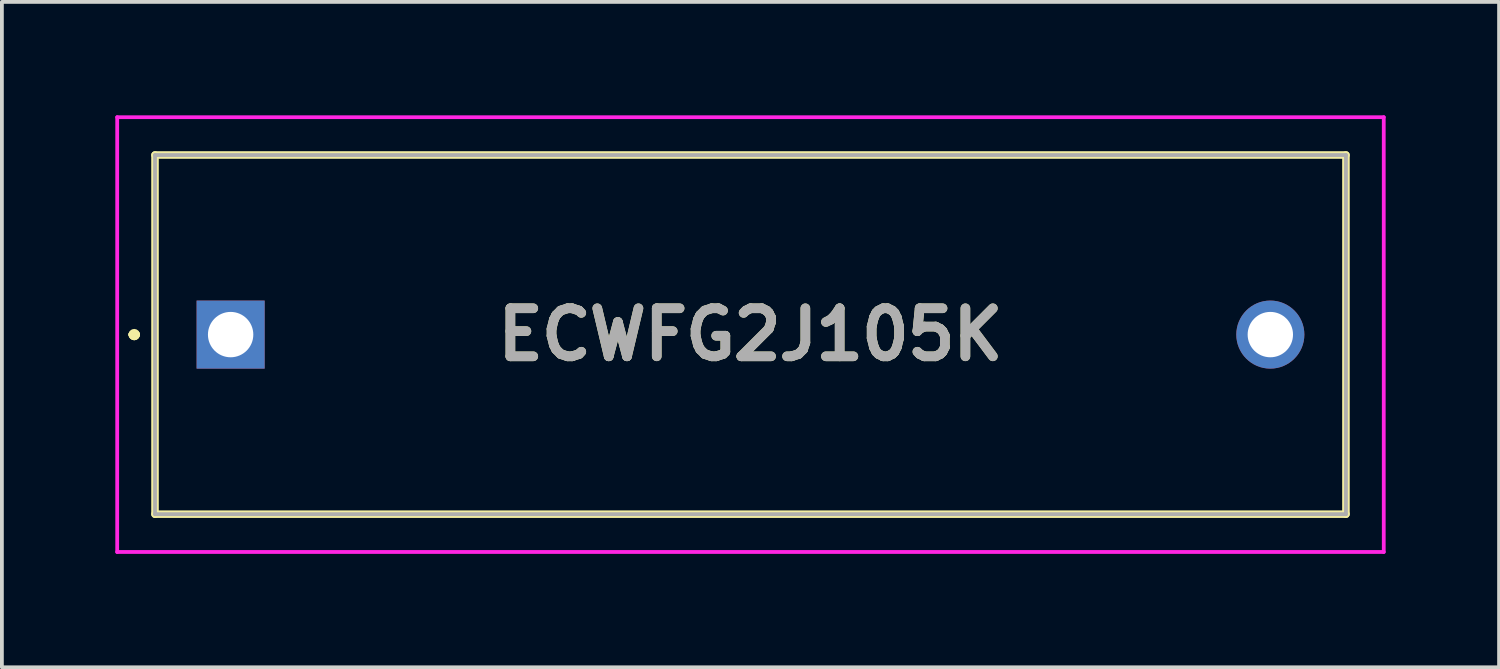
<source format=kicad_pcb>
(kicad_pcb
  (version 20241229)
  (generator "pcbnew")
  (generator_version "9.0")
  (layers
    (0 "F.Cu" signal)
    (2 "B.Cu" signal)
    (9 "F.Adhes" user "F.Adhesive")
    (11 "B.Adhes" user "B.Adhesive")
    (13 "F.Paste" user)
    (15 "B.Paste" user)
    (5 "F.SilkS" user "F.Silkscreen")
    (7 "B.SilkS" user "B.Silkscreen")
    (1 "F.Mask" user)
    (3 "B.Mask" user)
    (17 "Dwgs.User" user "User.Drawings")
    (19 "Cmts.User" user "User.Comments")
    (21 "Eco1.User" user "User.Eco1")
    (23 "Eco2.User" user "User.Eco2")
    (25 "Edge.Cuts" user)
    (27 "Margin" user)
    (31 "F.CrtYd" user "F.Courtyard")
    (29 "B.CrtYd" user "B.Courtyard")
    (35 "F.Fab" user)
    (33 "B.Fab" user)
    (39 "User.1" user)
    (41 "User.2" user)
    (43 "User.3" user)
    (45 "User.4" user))
  (footprint "ECWFG2J105K"
    (layer "F.Cu")
    (at 3.05 5.8)
    (property "Reference" "ECWFG2J105K" (at 13.75 0 0) (layer "F.SilkS") (effects (font (size 1.27 1.27) (thickness 0.254))))
    (attr through_hole)
    (fp_line (start -2.6 0) (end -2.6 0) (stroke (width 0.2) (type solid)) (layer "F.SilkS"))
    (fp_line (start -2.6 0) (end -2.6 0) (stroke (width 0.2) (type solid)) (layer "F.SilkS"))
    (fp_line (start -2.5 0) (end -2.5 0) (stroke (width 0.2) (type solid)) (layer "F.SilkS"))
    (fp_line (start -2 -4.75) (end 29.5 -4.75) (stroke (width 0.2) (type solid)) (layer "F.SilkS"))
    (fp_line (start -2 4.75) (end -2 -4.75) (stroke (width 0.2) (type solid)) (layer "F.SilkS"))
    (fp_line (start 29.5 -4.75) (end 29.5 4.75) (stroke (width 0.2) (type solid)) (layer "F.SilkS"))
    (fp_line (start 29.5 4.75) (end -2 4.75) (stroke (width 0.2) (type solid)) (layer "F.SilkS"))
    (fp_arc (start -2.6 0) (mid -2.55 -0.05) (end -2.5 0) (stroke (width 0.2) (type solid)) (layer "F.SilkS"))
    (fp_arc (start -2.5 0) (mid -2.55 0.05) (end -2.6 0) (stroke (width 0.2) (type solid)) (layer "F.SilkS"))
    (fp_arc (start -2.5 0) (mid -2.55 0.05) (end -2.6 0) (stroke (width 0.2) (type solid)) (layer "F.SilkS"))
    (fp_line (start -3 -5.75) (end 30.5 -5.75) (stroke (width 0.1) (type solid)) (layer "F.CrtYd"))
    (fp_line (start -3 5.75) (end -3 -5.75) (stroke (width 0.1) (type solid)) (layer "F.CrtYd"))
    (fp_line (start 30.5 -5.75) (end 30.5 5.75) (stroke (width 0.1) (type solid)) (layer "F.CrtYd"))
    (fp_line (start 30.5 5.75) (end -3 5.75) (stroke (width 0.1) (type solid)) (layer "F.CrtYd"))
    (fp_line (start -2 -4.75) (end 29.5 -4.75) (stroke (width 0.1) (type solid)) (layer "F.Fab"))
    (fp_line (start -2 4.75) (end -2 -4.75) (stroke (width 0.1) (type solid)) (layer "F.Fab"))
    (fp_line (start 29.5 -4.75) (end 29.5 4.75) (stroke (width 0.1) (type solid)) (layer "F.Fab"))
    (fp_line (start 29.5 4.75) (end -2 4.75) (stroke (width 0.1) (type solid)) (layer "F.Fab"))
    (fp_text user "${REFERENCE}" (at 13.75 0 0) (layer "F.Fab") (effects (font (size 1.27 1.27) (thickness 0.254))))
    (pad "1" thru_hole rect (at 0 0) (size 1.8 1.8) (drill 1.2) (layers "*.Cu" "*.Mask"))
    (pad "2" thru_hole circle (at 27.5 0) (size 1.8 1.8) (drill 1.2) (layers "*.Cu" "*.Mask")))
  (gr_rect
    (start -3 -3)
    (end 36.6 14.6)
    (stroke (width 0.1) (type default))
    (fill no)
    (layer "Edge.Cuts")))
</source>
